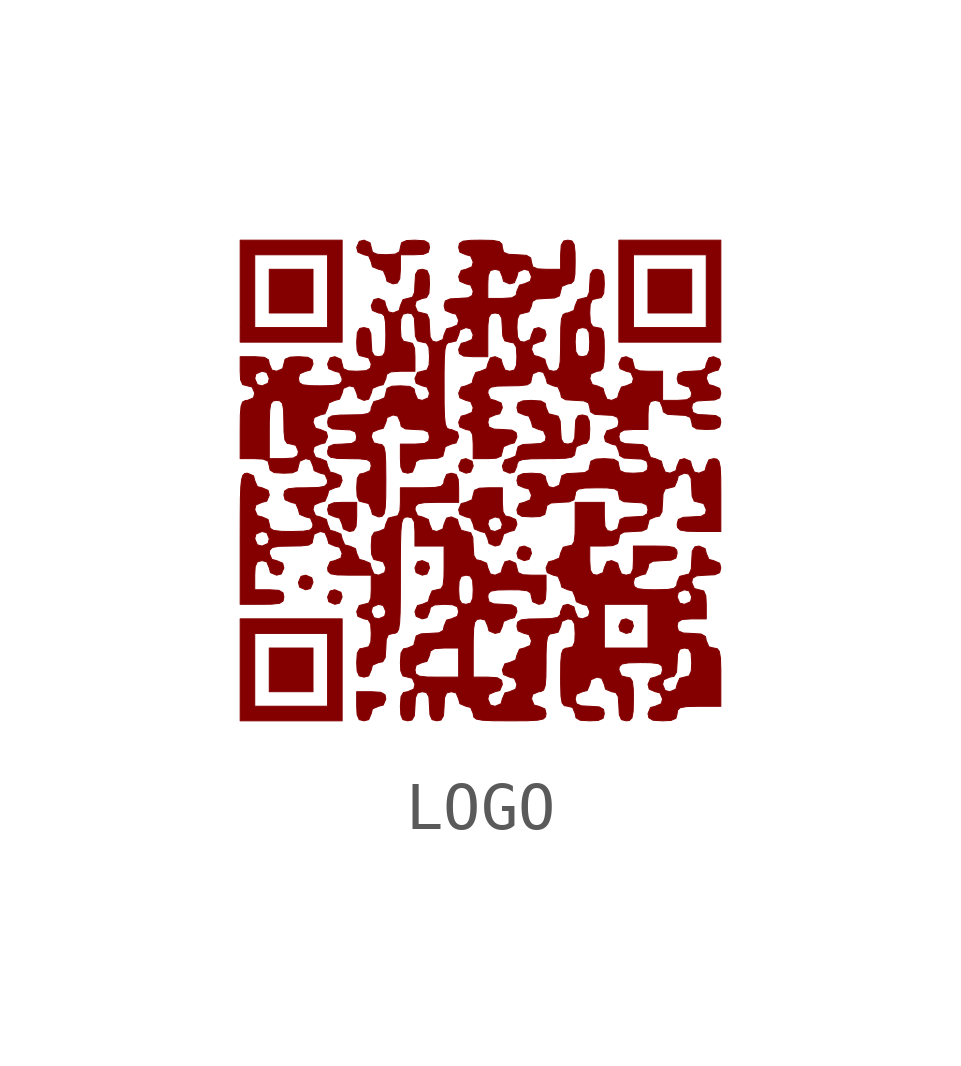
<source format=kicad_sym>
(kicad_symbol_lib
  (version 20220914)
  (generator bitmap2component)
  (symbol "LOGO"
    (pin_names
      (offset 1.016))
    (property "Reference" "#G"
      (at 0 4.369 0)
      (effects (font (size 1.27 1.27)) hide))
    (symbol "LOGO_0_0"
      (polyline (pts (xy -2.881 -3.943) (xy -2.881 -2.881) (xy -3.943 -2.881) (xy -5.004 -2.881) (xy -5.004 -3.943) (xy -5.004 -4.701) (xy -4.701 -4.701) (xy -4.701 -3.943) (xy -4.701 -3.184) (xy -3.943 -3.184) (xy -3.184 -3.184) (xy -3.184 -3.943) (xy -3.184 -4.701) (xy -3.943 -4.701) (xy -4.701 -4.701) (xy -5.004 -4.701) (xy -5.004 -5.004) (xy -3.943 -5.004) (xy -2.881 -5.004) (xy -2.881 -3.943)) (stroke (width 0.01) (type default)) (fill (type outline)))
      (polyline (pts (xy -2.328 -4.979) (xy -2.275 -4.853) (xy -2.25 -4.755) (xy -2.123 -4.701) (xy -2.025 -4.676) (xy -1.971 -4.549) (xy -1.988 -4.462) (xy -2.076 -4.41) (xy -2.275 -4.398) (xy -2.578 -4.398) (xy -2.578 -4.701) (xy -2.569 -4.876) (xy -2.525 -4.979) (xy -2.426 -5.004) (xy -2.328 -4.979)) (stroke (width 0.01) (type default)) (fill (type outline)))
      (polyline (pts (xy 0.979 -5.002) (xy 1.189 -4.991) (xy 1.305 -4.966) (xy 1.354 -4.922) (xy 1.365 -4.853) (xy 1.34 -4.755) (xy 1.213 -4.701) (xy 1.115 -4.676) (xy 1.062 -4.549) (xy 1.086 -4.451) (xy 1.213 -4.398) (xy 1.253 -4.395) (xy 1.313 -4.365) (xy 1.347 -4.274) (xy 1.362 -4.093) (xy 1.365 -3.791) (xy 1.365 -3.631) (xy 1.373 -3.39) (xy 1.396 -3.256) (xy 1.441 -3.197) (xy 1.516 -3.184) (xy 1.615 -3.16) (xy 1.668 -3.033) (xy 1.693 -2.935) (xy 1.82 -2.881) (xy 1.907 -2.898) (xy 1.959 -2.986) (xy 1.971 -3.184) (xy 1.963 -3.36) (xy 1.919 -3.462) (xy 1.82 -3.488) (xy 2.578 -3.488) (xy 2.578 -3.033) (xy 2.578 -2.578) (xy 3.033 -2.578) (xy 3.488 -2.578) (xy 3.488 -3.033) (xy 3.488 -3.488) (xy 3.033 -3.488) (xy 2.578 -3.488) (xy 1.82 -3.488) (xy 1.78 -3.49) (xy 1.72 -3.521) (xy 1.686 -3.611) (xy 1.671 -3.792) (xy 1.668 -4.094) (xy 1.669 -4.254) (xy 1.676 -4.495) (xy 1.699 -4.63) (xy 1.744 -4.688) (xy 1.82 -4.701) (xy 1.918 -4.726) (xy 1.971 -4.853) (xy 1.988 -4.94) (xy 2.076 -4.992) (xy 2.275 -5.004) (xy 2.45 -4.996) (xy 2.553 -4.952) (xy 2.578 -4.853) (xy 2.561 -4.765) (xy 2.473 -4.714) (xy 2.275 -4.701) (xy 2.1 -4.692) (xy 1.997 -4.649) (xy 1.971 -4.549) (xy 1.996 -4.451) (xy 2.123 -4.398) (xy 2.221 -4.373) (xy 2.275 -4.246) (xy 2.3 -4.148) (xy 2.426 -4.094) (xy 2.524 -4.119) (xy 2.578 -4.246) (xy 2.603 -4.344) (xy 2.73 -4.398) (xy 2.817 -4.415) (xy 2.869 -4.503) (xy 2.881 -4.701) (xy 2.89 -4.876) (xy 2.934 -4.979) (xy 3.033 -5.004) (xy 3.1 -4.996) (xy 3.155 -4.941) (xy 3.179 -4.803) (xy 3.184 -4.549) (xy 3.182 -4.348) (xy 3.163 -4.184) (xy 3.118 -4.111) (xy 3.033 -4.094) (xy 2.935 -4.069) (xy 2.881 -3.943) (xy 2.89 -3.876) (xy 2.945 -3.821) (xy 3.082 -3.797) (xy 3.336 -3.791) (xy 3.538 -3.794) (xy 3.702 -3.812) (xy 3.775 -3.858) (xy 3.791 -3.943) (xy 3.766 -4.041) (xy 3.639 -4.094) (xy 3.541 -4.119) (xy 3.488 -4.246) (xy 3.791 -4.246) (xy 3.816 -4.148) (xy 3.943 -4.094) (xy 4.03 -4.077) (xy 4.082 -3.99) (xy 4.094 -3.791) (xy 4.103 -3.616) (xy 4.147 -3.513) (xy 4.246 -3.488) (xy 4.333 -3.505) (xy 4.385 -3.593) (xy 4.398 -3.791) (xy 4.389 -3.966) (xy 4.345 -4.069) (xy 4.246 -4.094) (xy 4.148 -4.119) (xy 4.094 -4.246) (xy 4.069 -4.344) (xy 3.943 -4.398) (xy 3.845 -4.373) (xy 3.791 -4.246) (xy 3.488 -4.246) (xy 3.513 -4.344) (xy 3.639 -4.398) (xy 3.737 -4.423) (xy 3.791 -4.549) (xy 3.766 -4.647) (xy 3.639 -4.701) (xy 3.541 -4.726) (xy 3.488 -4.853) (xy 3.505 -4.94) (xy 3.593 -4.992) (xy 3.791 -5.004) (xy 3.966 -4.996) (xy 4.069 -4.952) (xy 4.094 -4.853) (xy 4.103 -4.785) (xy 4.158 -4.731) (xy 4.295 -4.707) (xy 4.549 -4.701) (xy 5.004 -4.701) (xy 5.004 -4.094) (xy 5.004 -3.934) (xy 4.996 -3.693) (xy 4.973 -3.559) (xy 4.928 -3.501) (xy 4.853 -3.488) (xy 4.755 -3.463) (xy 4.701 -3.336) (xy 4.684 -3.249) (xy 4.596 -3.197) (xy 4.398 -3.184) (xy 4.223 -3.176) (xy 4.12 -3.132) (xy 4.094 -3.033) (xy 4.112 -2.945) (xy 4.199 -2.894) (xy 4.398 -2.881) (xy 4.701 -2.881) (xy 4.701 -2.578) (xy 4.692 -2.403) (xy 4.649 -2.3) (xy 4.549 -2.275) (xy 4.451 -2.25) (xy 4.398 -2.123) (xy 4.415 -2.035) (xy 4.503 -1.984) (xy 4.701 -1.971) (xy 4.876 -1.963) (xy 4.979 -1.919) (xy 5.004 -1.82) (xy 4.979 -1.722) (xy 4.853 -1.668) (xy 4.755 -1.643) (xy 4.701 -1.516) (xy 4.676 -1.418) (xy 4.549 -1.365) (xy 4.462 -1.382) (xy 4.41 -1.47) (xy 4.398 -1.668) (xy 4.389 -1.843) (xy 4.345 -1.946) (xy 4.246 -1.971) (xy 4.148 -1.996) (xy 4.094 -2.123) (xy 4.086 -2.19) (xy 4.031 -2.245) (xy 3.893 -2.269) (xy 3.639 -2.275) (xy 3.438 -2.272) (xy 3.274 -2.253) (xy 3.201 -2.208) (xy 3.184 -2.123) (xy 3.209 -2.025) (xy 3.336 -1.971) (xy 3.434 -1.946) (xy 3.488 -1.82) (xy 3.505 -1.732) (xy 3.593 -1.681) (xy 3.791 -1.668) (xy 3.966 -1.659) (xy 4.069 -1.616) (xy 4.094 -1.516) (xy 4.086 -1.449) (xy 4.031 -1.395) (xy 3.893 -1.37) (xy 3.639 -1.365) (xy 3.184 -1.365) (xy 3.184 -1.668) (xy 3.176 -1.843) (xy 3.132 -1.946) (xy 3.033 -1.971) (xy 2.935 -1.946) (xy 2.881 -1.82) (xy 2.856 -1.722) (xy 2.73 -1.668) (xy 2.632 -1.693) (xy 2.578 -1.82) (xy 2.553 -1.918) (xy 2.426 -1.971) (xy 2.339 -1.954) (xy 2.287 -1.867) (xy 2.275 -1.668) (xy 2.275 -1.365) (xy 2.578 -1.365) (xy 2.753 -1.356) (xy 2.856 -1.312) (xy 2.881 -1.213) (xy 2.898 -1.126) (xy 2.986 -1.074) (xy 3.184 -1.062) (xy 3.36 -1.053) (xy 3.462 -1.009) (xy 3.488 -0.91) (xy 3.513 -0.812) (xy 3.639 -0.758) (xy 3.727 -0.741) (xy 3.778 -0.653) (xy 3.791 -0.455) (xy 3.8 -0.28) (xy 3.844 -0.177) (xy 3.943 -0.152) (xy 4.041 -0.127) (xy 4.094 0) (xy 4.119 0.098) (xy 4.246 0.152) (xy 4.333 0.134) (xy 4.385 0.047) (xy 4.398 -0.152) (xy 4.406 -0.327) (xy 4.45 -0.429) (xy 4.549 -0.455) (xy 4.647 -0.48) (xy 4.701 -0.607) (xy 4.684 -0.694) (xy 4.596 -0.746) (xy 4.398 -0.758) (xy 4.223 -0.767) (xy 4.12 -0.811) (xy 4.094 -0.91) (xy 4.103 -0.977) (xy 4.158 -1.032) (xy 4.295 -1.056) (xy 4.549 -1.062) (xy 5.004 -1.062) (xy 5.004 -0.303) (xy 5.004 -0.263) (xy 5.002 0.069) (xy 4.991 0.279) (xy 4.966 0.395) (xy 4.922 0.445) (xy 4.853 0.455) (xy 4.755 0.43) (xy 4.701 0.303) (xy 4.676 0.205) (xy 4.549 0.152) (xy 4.451 0.176) (xy 4.398 0.303) (xy 4.373 0.401) (xy 4.246 0.455) (xy 4.148 0.43) (xy 4.094 0.303) (xy 4.069 0.205) (xy 3.943 0.152) (xy 3.845 0.176) (xy 3.791 0.303) (xy 3.766 0.401) (xy 3.639 0.455) (xy 3.541 0.48) (xy 3.488 0.607) (xy 3.471 0.694) (xy 3.383 0.746) (xy 3.184 0.758) (xy 3.01 0.767) (xy 2.907 0.811) (xy 2.881 0.91) (xy 2.898 0.997) (xy 2.986 1.049) (xy 3.184 1.062) (xy 3.488 1.062) (xy 3.488 1.365) (xy 3.496 1.54) (xy 3.54 1.643) (xy 3.639 1.668) (xy 3.737 1.643) (xy 3.791 1.516) (xy 3.808 1.429) (xy 3.896 1.377) (xy 4.094 1.365) (xy 4.269 1.356) (xy 4.372 1.312) (xy 4.398 1.213) (xy 4.415 1.126) (xy 4.503 1.074) (xy 4.701 1.062) (xy 4.876 1.07) (xy 4.979 1.114) (xy 5.004 1.213) (xy 4.987 1.301) (xy 4.899 1.352) (xy 4.701 1.365) (xy 4.526 1.373) (xy 4.423 1.417) (xy 4.398 1.516) (xy 4.415 1.604) (xy 4.503 1.655) (xy 4.701 1.668) (xy 4.876 1.677) (xy 4.979 1.72) (xy 5.004 1.82) (xy 4.979 1.918) (xy 4.853 1.971) (xy 4.755 1.996) (xy 4.701 2.123) (xy 4.726 2.221) (xy 4.853 2.275) (xy 4.951 2.3) (xy 5.004 2.426) (xy 4.979 2.524) (xy 4.853 2.578) (xy 4.755 2.553) (xy 4.701 2.426) (xy 4.684 2.339) (xy 4.596 2.287) (xy 4.398 2.275) (xy 4.223 2.266) (xy 4.12 2.222) (xy 4.094 2.123) (xy 4.119 2.025) (xy 4.246 1.971) (xy 4.344 1.946) (xy 4.398 1.82) (xy 4.38 1.732) (xy 4.293 1.681) (xy 4.094 1.668) (xy 3.791 1.668) (xy 3.791 1.971) (xy 3.791 2.275) (xy 3.488 2.275) (xy 3.313 2.283) (xy 3.21 2.327) (xy 3.184 2.426) (xy 3.16 2.524) (xy 3.033 2.578) (xy 2.935 2.553) (xy 2.881 2.426) (xy 2.906 2.328) (xy 3.033 2.275) (xy 3.131 2.25) (xy 3.184 2.123) (xy 3.16 2.025) (xy 3.033 1.971) (xy 2.935 1.946) (xy 2.881 1.82) (xy 2.856 1.722) (xy 2.73 1.668) (xy 2.632 1.693) (xy 2.578 1.82) (xy 2.553 1.918) (xy 2.426 1.971) (xy 2.328 1.996) (xy 2.275 2.123) (xy 2.3 2.221) (xy 2.426 2.275) (xy 2.494 2.283) (xy 2.548 2.338) (xy 2.572 2.475) (xy 2.578 2.729) (xy 2.575 2.931) (xy 2.557 3.095) (xy 2.511 3.168) (xy 2.426 3.184) (xy 2.339 3.202) (xy 2.287 3.289) (xy 2.275 3.488) (xy 2.283 3.663) (xy 2.327 3.766) (xy 2.426 3.791) (xy 2.514 3.808) (xy 2.565 3.896) (xy 2.578 4.094) (xy 2.569 4.269) (xy 2.526 4.372) (xy 2.426 4.398) (xy 2.339 4.38) (xy 2.287 4.293) (xy 2.275 4.094) (xy 2.266 3.919) (xy 2.222 3.816) (xy 2.123 3.791) (xy 2.025 3.766) (xy 1.971 3.639) (xy 1.946 3.541) (xy 1.82 3.488) (xy 1.78 3.486) (xy 1.72 3.455) (xy 1.686 3.365) (xy 1.671 3.183) (xy 1.668 2.881) (xy 1.971 2.881) (xy 1.98 3.056) (xy 2.024 3.159) (xy 2.123 3.184) (xy 2.211 3.167) (xy 2.262 3.08) (xy 2.275 2.881) (xy 2.266 2.706) (xy 2.222 2.603) (xy 2.123 2.578) (xy 2.035 2.595) (xy 1.984 2.683) (xy 1.971 2.881) (xy 1.668 2.881) (xy 1.667 2.721) (xy 1.66 2.48) (xy 1.637 2.346) (xy 1.592 2.287) (xy 1.516 2.275) (xy 1.418 2.3) (xy 1.365 2.426) (xy 1.34 2.524) (xy 1.213 2.578) (xy 1.115 2.603) (xy 1.062 2.729) (xy 1.086 2.828) (xy 1.213 2.881) (xy 1.311 2.906) (xy 1.365 3.033) (xy 1.34 3.131) (xy 1.213 3.184) (xy 1.115 3.159) (xy 1.062 3.033) (xy 1.037 2.935) (xy 0.91 2.881) (xy 0.822 2.898) (xy 0.771 2.986) (xy 0.758 3.184) (xy 0.767 3.36) (xy 0.811 3.462) (xy 0.91 3.488) (xy 1.008 3.513) (xy 1.062 3.639) (xy 1.079 3.727) (xy 1.166 3.778) (xy 1.365 3.791) (xy 1.54 3.8) (xy 1.643 3.843) (xy 1.668 3.943) (xy 1.693 4.041) (xy 1.82 4.094) (xy 1.887 4.103) (xy 1.942 4.158) (xy 1.966 4.295) (xy 1.971 4.549) (xy 1.969 4.751) (xy 1.95 4.915) (xy 1.904 4.988) (xy 1.82 5.004) (xy 1.732 4.987) (xy 1.681 4.899) (xy 1.668 4.701) (xy 1.668 4.398) (xy 1.365 4.398) (xy 1.19 4.406) (xy 1.087 4.45) (xy 1.062 4.549) (xy 1.044 4.637) (xy 0.957 4.688) (xy 0.758 4.701) (xy 0.583 4.71) (xy 0.48 4.753) (xy 0.455 4.853) (xy 0.447 4.92) (xy 0.391 4.974) (xy 0.254 4.999) (xy 0 5.004) (xy -0.202 5.001) (xy -0.365 4.983) (xy -0.438 4.937) (xy -0.455 4.853) (xy -0.43 4.755) (xy -0.303 4.701) (xy -0.205 4.676) (xy -0.152 4.549) (xy -0.176 4.451) (xy -0.303 4.398) (xy -0.401 4.373) (xy -0.455 4.246) (xy -0.43 4.148) (xy -0.303 4.094) (xy -0.205 4.069) (xy -0.152 3.943) (xy -0.169 3.855) (xy -0.257 3.804) (xy -0.455 3.791) (xy 0.152 3.791) (xy 0.152 4.094) (xy 0.16 4.269) (xy 0.204 4.372) (xy 0.303 4.398) (xy 0.401 4.373) (xy 0.455 4.246) (xy 0.48 4.148) (xy 0.607 4.094) (xy 0.705 4.119) (xy 0.758 4.246) (xy 0.783 4.344) (xy 0.91 4.398) (xy 1.008 4.373) (xy 1.062 4.246) (xy 1.037 4.148) (xy 0.91 4.094) (xy 0.812 4.069) (xy 0.758 3.943) (xy 0.741 3.855) (xy 0.653 3.804) (xy 0.455 3.791) (xy 0.152 3.791) (xy -0.455 3.791) (xy -0.63 3.782) (xy -0.733 3.739) (xy -0.758 3.639) (xy -0.733 3.541) (xy -0.607 3.488) (xy -0.508 3.463) (xy -0.455 3.336) (xy -0.48 3.238) (xy -0.607 3.184) (xy -0.705 3.159) (xy -0.758 3.033) (xy -0.783 2.935) (xy -0.91 2.881) (xy -0.997 2.898) (xy -1.049 2.986) (xy -1.062 3.184) (xy -1.07 3.36) (xy -1.114 3.462) (xy -1.213 3.488) (xy -1.311 3.513) (xy -1.365 3.639) (xy -1.34 3.737) (xy -1.213 3.791) (xy -1.126 3.808) (xy -1.074 3.896) (xy -1.062 4.094) (xy -1.07 4.269) (xy -1.114 4.372) (xy -1.213 4.398) (xy -1.301 4.38) (xy -1.352 4.293) (xy -1.365 4.094) (xy -1.373 3.919) (xy -1.417 3.816) (xy -1.516 3.791) (xy -1.614 3.766) (xy -1.668 3.639) (xy -1.693 3.541) (xy -1.82 3.488) (xy -1.918 3.513) (xy -1.971 3.639) (xy -1.996 3.737) (xy -2.123 3.791) (xy -2.221 3.766) (xy -2.275 3.639) (xy -2.25 3.541) (xy -2.123 3.488) (xy -2.056 3.479) (xy -2.001 3.424) (xy -1.977 3.287) (xy -1.971 3.033) (xy -1.974 2.831) (xy -1.992 2.667) (xy -2.038 2.595) (xy -2.123 2.578) (xy -2.211 2.595) (xy -2.262 2.683) (xy -2.275 2.881) (xy -2.283 3.056) (xy -2.327 3.159) (xy -2.426 3.184) (xy -2.514 3.167) (xy -2.565 3.08) (xy -2.578 2.881) (xy -2.569 2.706) (xy -2.525 2.603) (xy -2.426 2.578) (xy -2.328 2.553) (xy -2.275 2.426) (xy -2.292 2.339) (xy -2.38 2.287) (xy -2.578 2.275) (xy -2.753 2.283) (xy -2.856 2.327) (xy -2.881 2.426) (xy -2.906 2.524) (xy -3.033 2.578) (xy -3.131 2.553) (xy -3.184 2.426) (xy -3.159 2.328) (xy -3.033 2.275) (xy -2.935 2.25) (xy -2.881 2.123) (xy -2.889 2.056) (xy -2.945 2.001) (xy -3.082 1.977) (xy -3.336 1.971) (xy -3.538 1.974) (xy -3.701 1.992) (xy -3.774 2.038) (xy -3.791 2.123) (xy -3.766 2.221) (xy -3.639 2.275) (xy -3.541 2.3) (xy -3.488 2.426) (xy -3.505 2.514) (xy -3.593 2.565) (xy -3.791 2.578) (xy -3.966 2.569) (xy -4.069 2.525) (xy -4.094 2.426) (xy -4.119 2.328) (xy -4.246 2.275) (xy -4.344 2.3) (xy -4.398 2.426) (xy -4.415 2.514) (xy -4.502 2.565) (xy -4.701 2.578) (xy -5.004 2.578) (xy -5.004 2.275) (xy -4.997 2.123) (xy -4.701 2.123) (xy -4.676 2.221) (xy -4.549 2.275) (xy -4.451 2.25) (xy -4.398 2.123) (xy -4.423 2.025) (xy -4.549 1.971) (xy -4.647 1.996) (xy -4.701 2.123) (xy -4.997 2.123) (xy -4.996 2.099) (xy -4.952 1.997) (xy -4.853 1.971) (xy -4.755 1.946) (xy -4.701 1.82) (xy -4.726 1.722) (xy -4.853 1.668) (xy -4.893 1.666) (xy -4.953 1.635) (xy -4.986 1.545) (xy -5.001 1.364) (xy -5.004 1.062) (xy -5.004 0.455) (xy -4.701 0.455) (xy -4.398 0.455) (xy -4.398 1.062) (xy -4.397 1.221) (xy -4.389 1.462) (xy -4.367 1.597) (xy -4.322 1.655) (xy -4.246 1.668) (xy -4.179 1.66) (xy -4.124 1.605) (xy -4.1 1.467) (xy -4.094 1.213) (xy -3.488 1.213) (xy -3.463 1.311) (xy -3.336 1.365) (xy -3.238 1.39) (xy -3.184 1.516) (xy -3.159 1.614) (xy -3.033 1.668) (xy -2.935 1.693) (xy -2.881 1.82) (xy -2.856 1.918) (xy -2.729 1.971) (xy -2.631 1.946) (xy -2.578 1.82) (xy -2.553 1.722) (xy -2.426 1.668) (xy -2.328 1.693) (xy -2.275 1.82) (xy -2.25 1.918) (xy -2.123 1.971) (xy -2.025 1.996) (xy -1.971 2.123) (xy -1.954 2.211) (xy -1.866 2.262) (xy -1.668 2.275) (xy -1.365 2.275) (xy -1.365 2.578) (xy -1.373 2.753) (xy -1.417 2.856) (xy -1.516 2.881) (xy -1.604 2.898) (xy -1.655 2.986) (xy -1.668 3.184) (xy -1.659 3.36) (xy -1.616 3.462) (xy -1.516 3.488) (xy -1.429 3.471) (xy -1.377 3.383) (xy -1.365 3.184) (xy -1.356 3.009) (xy -1.312 2.907) (xy -1.213 2.881) (xy -1.126 2.864) (xy -1.074 2.776) (xy -1.062 2.578) (xy -1.07 2.403) (xy -1.114 2.3) (xy -1.213 2.275) (xy -1.311 2.25) (xy -1.365 2.123) (xy -1.34 2.025) (xy -1.213 1.971) (xy -1.115 1.946) (xy -1.062 1.82) (xy -1.086 1.722) (xy -1.213 1.668) (xy -1.311 1.693) (xy -1.365 1.82) (xy -1.382 1.907) (xy -1.47 1.959) (xy -1.668 1.971) (xy -1.843 1.963) (xy -1.946 1.919) (xy -1.971 1.82) (xy -1.996 1.722) (xy -2.123 1.668) (xy -2.221 1.643) (xy -2.275 1.516) (xy -2.283 1.449) (xy -2.338 1.395) (xy -2.475 1.37) (xy -2.729 1.365) (xy -2.931 1.362) (xy -3.095 1.344) (xy -3.168 1.298) (xy -3.184 1.213) (xy -3.167 1.126) (xy -3.08 1.074) (xy -2.881 1.062) (xy -2.706 1.053) (xy -2.603 1.009) (xy -2.578 0.91) (xy -2.595 0.822) (xy -2.683 0.771) (xy -2.881 0.758) (xy -3.056 0.75) (xy -3.159 0.706) (xy -3.184 0.607) (xy -3.176 0.539) (xy -3.121 0.485) (xy -2.984 0.46) (xy -2.729 0.455) (xy -2.528 0.452) (xy -2.364 0.434) (xy -2.291 0.388) (xy -2.275 0.303) (xy -2.3 0.205) (xy -2.426 0.152) (xy -2.514 0.134) (xy -2.565 0.047) (xy -2.578 -0.152) (xy -2.569 -0.327) (xy -2.525 -0.429) (xy -2.426 -0.455) (xy -2.328 -0.48) (xy -2.275 -0.607) (xy -2.25 -0.705) (xy -2.123 -0.758) (xy -2.115 -0.758) (xy -2.049 -0.745) (xy -2.006 -0.69) (xy -1.983 -0.566) (xy -1.973 -0.345) (xy -1.971 0) (xy -1.971 0.041) (xy -1.974 0.372) (xy -1.985 0.582) (xy -2.01 0.698) (xy -2.054 0.748) (xy -2.123 0.758) (xy -2.221 0.783) (xy -2.275 0.91) (xy -2.25 1.008) (xy -2.123 1.062) (xy -2.025 1.086) (xy -1.971 1.213) (xy -1.946 1.311) (xy -1.82 1.365) (xy -1.722 1.34) (xy -1.668 1.213) (xy -1.651 1.126) (xy -1.563 1.074) (xy -1.365 1.062) (xy -1.19 1.053) (xy -1.087 1.009) (xy -1.062 0.91) (xy -1.079 0.822) (xy -1.166 0.771) (xy -1.365 0.758) (xy -1.668 0.758) (xy -1.668 0.455) (xy -1.659 0.28) (xy -1.616 0.177) (xy -1.516 0.152) (xy -1.418 0.176) (xy -1.365 0.303) (xy -1.348 0.391) (xy -1.26 0.442) (xy -1.062 0.455) (xy -0.886 0.464) (xy -0.784 0.507) (xy -0.758 0.607) (xy -0.733 0.705) (xy -0.607 0.758) (xy -0.508 0.783) (xy -0.455 0.91) (xy -0.48 1.008) (xy -0.607 1.062) (xy -0.651 1.065) (xy -0.701 1.093) (xy -0.732 1.173) (xy -0.749 1.33) (xy -0.757 1.587) (xy -0.758 1.971) (xy -0.758 2.239) (xy -0.753 2.537) (xy -0.74 2.725) (xy -0.714 2.829) (xy -0.671 2.872) (xy -0.607 2.881) (xy -0.508 2.906) (xy -0.455 3.033) (xy -0.43 3.131) (xy -0.303 3.184) (xy -0.205 3.159) (xy -0.152 3.033) (xy -0.176 2.935) (xy -0.303 2.881) (xy -0.401 2.856) (xy -0.455 2.729) (xy -0.438 2.642) (xy -0.35 2.591) (xy -0.152 2.578) (xy 0.152 2.578) (xy 0.152 3.033) (xy 0.154 3.234) (xy 0.173 3.398) (xy 0.219 3.471) (xy 0.303 3.488) (xy 0.391 3.471) (xy 0.442 3.383) (xy 0.455 3.184) (xy 0.464 3.009) (xy 0.507 2.907) (xy 0.607 2.881) (xy 0.694 2.864) (xy 0.746 2.776) (xy 0.758 2.578) (xy 0.75 2.403) (xy 0.706 2.3) (xy 0.607 2.275) (xy 0.509 2.3) (xy 0.455 2.426) (xy 0.43 2.524) (xy 0.303 2.578) (xy 0.205 2.553) (xy 0.152 2.426) (xy 0.127 2.328) (xy 0 2.275) (xy -0.098 2.25) (xy -0.152 2.123) (xy -0.176 2.025) (xy -0.303 1.971) (xy -0.401 1.946) (xy -0.455 1.82) (xy -0.43 1.722) (xy -0.303 1.668) (xy -0.205 1.643) (xy -0.152 1.516) (xy -0.176 1.418) (xy -0.303 1.365) (xy -0.401 1.34) (xy -0.455 1.213) (xy -0.43 1.115) (xy -0.303 1.062) (xy -0.216 1.044) (xy -0.164 0.957) (xy -0.152 0.758) (xy -0.152 0.455) (xy 0.152 0.455) (xy 0.327 0.464) (xy 0.429 0.507) (xy 0.455 0.607) (xy 0.48 0.705) (xy 0.607 0.758) (xy 0.705 0.783) (xy 0.758 0.91) (xy 0.741 0.997) (xy 0.653 1.049) (xy 0.455 1.062) (xy 0.28 1.07) (xy 0.177 1.114) (xy 0.152 1.213) (xy 0.177 1.311) (xy 0.303 1.365) (xy 0.401 1.39) (xy 0.455 1.516) (xy 0.43 1.614) (xy 0.303 1.668) (xy 0.205 1.693) (xy 0.152 1.82) (xy 0.16 1.887) (xy 0.215 1.942) (xy 0.352 1.966) (xy 0.607 1.971) (xy 0.808 1.974) (xy 0.972 1.992) (xy 1.045 2.038) (xy 1.062 2.123) (xy 1.086 2.221) (xy 1.213 2.275) (xy 1.311 2.25) (xy 1.365 2.123) (xy 1.39 2.025) (xy 1.516 1.971) (xy 1.615 1.946) (xy 1.668 1.82) (xy 1.685 1.732) (xy 1.773 1.681) (xy 1.971 1.668) (xy 2.146 1.659) (xy 2.249 1.616) (xy 2.275 1.516) (xy 2.292 1.429) (xy 2.38 1.377) (xy 2.578 1.365) (xy 2.753 1.356) (xy 2.856 1.312) (xy 2.881 1.213) (xy 2.856 1.115) (xy 2.73 1.062) (xy 2.632 1.036) (xy 2.578 0.91) (xy 2.603 0.812) (xy 2.73 0.758) (xy 2.828 0.733) (xy 2.881 0.607) (xy 2.898 0.519) (xy 2.986 0.468) (xy 3.184 0.455) (xy 3.36 0.446) (xy 3.462 0.403) (xy 3.488 0.303) (xy 3.471 0.216) (xy 3.383 0.164) (xy 3.184 0.152) (xy 3.01 0.16) (xy 2.907 0.204) (xy 2.881 0.303) (xy 2.864 0.391) (xy 2.776 0.442) (xy 2.578 0.455) (xy 2.403 0.446) (xy 2.3 0.403) (xy 2.275 0.303) (xy 2.257 0.216) (xy 2.17 0.164) (xy 1.971 0.152) (xy 1.796 0.143) (xy 1.694 0.099) (xy 1.668 0) (xy 1.643 -0.098) (xy 1.516 -0.152) (xy 1.418 -0.127) (xy 1.365 0) (xy 1.348 0.087) (xy 1.26 0.139) (xy 1.062 0.152) (xy 0.886 0.143) (xy 0.784 0.099) (xy 0.758 0) (xy 0.783 -0.098) (xy 0.91 -0.152) (xy 1.008 -0.177) (xy 1.062 -0.303) (xy 1.037 -0.401) (xy 0.91 -0.455) (xy 0.812 -0.48) (xy 0.758 -0.607) (xy 0.775 -0.694) (xy 0.863 -0.746) (xy 1.062 -0.758) (xy 1.237 -0.75) (xy 1.339 -0.706) (xy 1.365 -0.607) (xy 1.382 -0.519) (xy 1.47 -0.468) (xy 1.668 -0.455) (xy 1.843 -0.446) (xy 1.946 -0.403) (xy 1.971 -0.303) (xy 1.98 -0.236) (xy 2.035 -0.181) (xy 2.172 -0.157) (xy 2.426 -0.152) (xy 2.628 -0.154) (xy 2.792 -0.173) (xy 2.865 -0.219) (xy 2.881 -0.303) (xy 2.898 -0.391) (xy 2.986 -0.442) (xy 3.184 -0.455) (xy 3.36 -0.464) (xy 3.462 -0.507) (xy 3.488 -0.607) (xy 3.471 -0.694) (xy 3.383 -0.746) (xy 3.184 -0.758) (xy 3.01 -0.767) (xy 2.907 -0.811) (xy 2.881 -0.91) (xy 2.856 -1.008) (xy 2.73 -1.062) (xy 2.642 -1.044) (xy 2.591 -0.957) (xy 2.578 -0.758) (xy 2.578 -0.455) (xy 2.275 -0.455) (xy 1.971 -0.455) (xy 1.971 -0.91) (xy 1.969 -1.111) (xy 1.95 -1.275) (xy 1.904 -1.348) (xy 1.82 -1.365) (xy 1.722 -1.39) (xy 1.668 -1.516) (xy 1.643 -1.615) (xy 1.516 -1.668) (xy 1.418 -1.693) (xy 1.365 -1.82) (xy 1.39 -1.918) (xy 1.516 -1.971) (xy 1.615 -1.996) (xy 1.668 -2.123) (xy 1.693 -2.221) (xy 1.82 -2.275) (xy 1.918 -2.3) (xy 1.971 -2.426) (xy 4.094 -2.426) (xy 4.119 -2.328) (xy 4.246 -2.275) (xy 4.344 -2.3) (xy 4.398 -2.426) (xy 4.373 -2.524) (xy 4.246 -2.578) (xy 4.148 -2.553) (xy 4.094 -2.426) (xy 1.971 -2.426) (xy 1.996 -2.524) (xy 2.123 -2.578) (xy 2.221 -2.603) (xy 2.275 -2.73) (xy 2.25 -2.828) (xy 2.123 -2.881) (xy 2.025 -2.856) (xy 1.971 -2.73) (xy 1.946 -2.632) (xy 1.82 -2.578) (xy 1.722 -2.603) (xy 1.668 -2.73) (xy 1.66 -2.797) (xy 1.605 -2.851) (xy 1.467 -2.876) (xy 1.213 -2.881) (xy 1.012 -2.884) (xy 0.848 -2.902) (xy 0.775 -2.948) (xy 0.758 -3.033) (xy 0.783 -3.131) (xy 0.91 -3.184) (xy 1.008 -3.209) (xy 1.062 -3.336) (xy 1.037 -3.434) (xy 0.91 -3.488) (xy 0.812 -3.513) (xy 0.758 -3.639) (xy 0.733 -3.737) (xy 0.607 -3.791) (xy 0.509 -3.816) (xy 0.455 -3.943) (xy 0.48 -4.041) (xy 0.607 -4.094) (xy 0.705 -4.119) (xy 0.758 -4.246) (xy 0.733 -4.344) (xy 0.607 -4.398) (xy 0.509 -4.423) (xy 0.455 -4.549) (xy 0.43 -4.647) (xy 0.303 -4.701) (xy 0.205 -4.676) (xy 0.152 -4.549) (xy 0.177 -4.451) (xy 0.303 -4.398) (xy 0.401 -4.373) (xy 0.455 -4.246) (xy 0.438 -4.159) (xy 0.35 -4.107) (xy 0.152 -4.094) (xy -0.152 -4.094) (xy -0.152 -3.488) (xy -0.151 -3.328) (xy -0.143 -3.087) (xy -0.121 -2.952) (xy -0.075 -2.894) (xy 0 -2.881) (xy 0.098 -2.906) (xy 0.152 -3.033) (xy 0.177 -3.131) (xy 0.303 -3.184) (xy 0.401 -3.16) (xy 0.455 -3.033) (xy 0.48 -2.935) (xy 0.607 -2.881) (xy 0.705 -2.856) (xy 0.758 -2.73) (xy 0.741 -2.642) (xy 0.653 -2.591) (xy 0.455 -2.578) (xy 0.28 -2.569) (xy 0.177 -2.526) (xy 0.152 -2.426) (xy 0.16 -2.359) (xy 0.215 -2.304) (xy 0.352 -2.28) (xy 0.607 -2.275) (xy 0.808 -2.277) (xy 0.972 -2.296) (xy 1.045 -2.342) (xy 1.062 -2.426) (xy 1.086 -2.524) (xy 1.213 -2.578) (xy 1.301 -2.561) (xy 1.352 -2.473) (xy 1.365 -2.275) (xy 1.365 -1.971) (xy 1.062 -1.971) (xy 0.886 -1.963) (xy 0.784 -1.919) (xy 0.758 -1.82) (xy 0.733 -1.722) (xy 0.607 -1.668) (xy 0.509 -1.693) (xy 0.455 -1.82) (xy 0.43 -1.918) (xy 0.303 -1.971) (xy 0.205 -1.946) (xy 0.152 -1.82) (xy 0.127 -1.722) (xy 0 -1.668) (xy -0.087 -1.651) (xy -0.139 -1.563) (xy -0.152 -1.365) (xy -0.16 -1.19) (xy -0.204 -1.087) (xy -0.303 -1.062) (xy -0.401 -1.037) (xy -0.455 -0.91) (xy -0.48 -0.812) (xy -0.607 -0.758) (xy -0.705 -0.783) (xy -0.758 -0.91) (xy -0.783 -1.008) (xy -0.91 -1.062) (xy -1.008 -1.037) (xy -1.062 -0.91) (xy -1.086 -0.812) (xy -1.213 -0.758) (xy -1.311 -0.733) (xy -1.365 -0.607) (xy -1.356 -0.539) (xy -1.301 -0.485) (xy -1.164 -0.461) (xy -0.91 -0.455) (xy -0.455 -0.455) (xy -0.455 -0.152) (xy -0.464 0.023) (xy -0.507 0.126) (xy -0.607 0.152) (xy -0.705 0.127) (xy -0.758 0) (xy -0.766 -0.067) (xy -0.822 -0.122) (xy -0.959 -0.146) (xy -1.213 -0.152) (xy -1.668 -0.152) (xy -1.668 -0.455) (xy -1.677 -0.63) (xy -1.72 -0.733) (xy -1.82 -0.758) (xy -1.918 -0.783) (xy -1.971 -0.91) (xy -1.996 -1.008) (xy -2.123 -1.062) (xy -2.211 -1.079) (xy -2.262 -1.166) (xy -2.275 -1.365) (xy -2.266 -1.54) (xy -2.222 -1.643) (xy -2.123 -1.668) (xy -2.025 -1.693) (xy -1.971 -1.82) (xy -1.996 -1.918) (xy -2.123 -1.971) (xy -2.221 -1.946) (xy -2.275 -1.82) (xy -2.3 -1.722) (xy -2.426 -1.668) (xy -2.524 -1.643) (xy -2.578 -1.516) (xy -2.603 -1.418) (xy -2.729 -1.365) (xy -2.828 -1.34) (xy -2.881 -1.213) (xy -2.906 -1.115) (xy -3.033 -1.062) (xy -3.131 -1.037) (xy -3.184 -0.91) (xy -3.209 -0.812) (xy -3.336 -0.758) (xy -3.434 -0.733) (xy -3.488 -0.607) (xy -3.463 -0.509) (xy -3.336 -0.455) (xy -3.238 -0.43) (xy -3.184 -0.303) (xy -3.159 -0.205) (xy -3.033 -0.152) (xy -2.935 -0.127) (xy -2.881 0) (xy -2.906 0.098) (xy -3.033 0.152) (xy -3.131 0.176) (xy -3.184 0.303) (xy -3.209 0.401) (xy -3.336 0.455) (xy -3.434 0.48) (xy -3.488 0.607) (xy -3.463 0.705) (xy -3.336 0.758) (xy -3.238 0.783) (xy -3.184 0.91) (xy -3.209 1.008) (xy -3.336 1.062) (xy -3.434 1.086) (xy -3.488 1.213) (xy -4.094 1.213) (xy -4.091 1.012) (xy -4.073 0.848) (xy -4.027 0.775) (xy -3.943 0.758) (xy -3.845 0.733) (xy -3.791 0.607) (xy -3.808 0.519) (xy -3.896 0.468) (xy -4.094 0.455) (xy -4.398 0.455) (xy -4.701 0.455) (xy -4.526 0.446) (xy -4.423 0.403) (xy -4.398 0.303) (xy -4.38 0.216) (xy -4.293 0.164) (xy -4.094 0.152) (xy -3.919 0.16) (xy -3.816 0.204) (xy -3.791 0.303) (xy -3.766 0.401) (xy -3.639 0.455) (xy -3.541 0.43) (xy -3.488 0.303) (xy -3.463 0.205) (xy -3.336 0.152) (xy -3.238 0.127) (xy -3.184 0) (xy -3.193 -0.067) (xy -3.248 -0.122) (xy -3.385 -0.146) (xy -3.639 -0.152) (xy -3.841 -0.154) (xy -4.005 -0.173) (xy -4.078 -0.219) (xy -4.094 -0.303) (xy -4.069 -0.401) (xy -3.943 -0.455) (xy -3.845 -0.48) (xy -3.791 -0.607) (xy -3.766 -0.705) (xy -3.639 -0.758) (xy -3.541 -0.783) (xy -3.488 -0.91) (xy -3.496 -0.977) (xy -3.551 -1.032) (xy -3.689 -1.056) (xy -3.943 -1.062) (xy -4.144 -1.059) (xy -4.308 -1.04) (xy -4.381 -0.995) (xy -4.398 -0.91) (xy -4.423 -0.812) (xy -4.549 -0.758) (xy -4.647 -0.733) (xy -4.701 -0.607) (xy -4.676 -0.509) (xy -4.549 -0.455) (xy -4.451 -0.43) (xy -4.398 -0.303) (xy -4.423 -0.205) (xy -4.549 -0.152) (xy -4.647 -0.127) (xy -4.701 0) (xy -4.726 0.098) (xy -4.853 0.152) (xy -4.857 0.152) (xy -4.91 0.144) (xy -4.948 0.108) (xy -4.974 0.024) (xy -4.991 -0.13) (xy -5 -0.374) (xy -5.003 -0.728) (xy -5.004 -1.213) (xy -4.701 -1.213) (xy -4.676 -1.115) (xy -4.549 -1.062) (xy -4.451 -1.086) (xy -4.398 -1.213) (xy -4.423 -1.311) (xy -4.549 -1.365) (xy -4.647 -1.34) (xy -4.701 -1.213) (xy -5.004 -1.213) (xy -5.004 -2.578) (xy -4.549 -2.578) (xy -4.348 -2.575) (xy -4.184 -2.557) (xy -4.111 -2.511) (xy -4.094 -2.426) (xy -4.112 -2.339) (xy -4.199 -2.287) (xy -4.398 -2.275) (xy -4.701 -2.275) (xy -4.701 -1.971) (xy -4.692 -1.796) (xy -4.648 -1.694) (xy -4.549 -1.668) (xy -4.451 -1.693) (xy -4.398 -1.82) (xy -4.373 -1.918) (xy -4.246 -1.971) (xy -4.148 -1.946) (xy -4.094 -1.82) (xy -4.119 -1.722) (xy -4.246 -1.668) (xy -4.344 -1.643) (xy -4.398 -1.516) (xy -4.389 -1.449) (xy -4.334 -1.395) (xy -4.197 -1.37) (xy -3.943 -1.365) (xy -3.741 -1.362) (xy -3.577 -1.344) (xy -3.504 -1.298) (xy -3.488 -1.213) (xy -3.463 -1.115) (xy -3.336 -1.062) (xy -3.238 -1.086) (xy -3.184 -1.213) (xy -3.159 -1.311) (xy -3.033 -1.365) (xy -2.935 -1.39) (xy -2.881 -1.516) (xy -2.906 -1.615) (xy -3.033 -1.668) (xy -3.131 -1.693) (xy -3.184 -1.82) (xy -3.176 -1.887) (xy -3.121 -1.942) (xy -2.984 -1.966) (xy -2.729 -1.971) (xy -2.275 -1.971) (xy -2.275 -2.275) (xy -2.283 -2.45) (xy -2.327 -2.553) (xy -2.426 -2.578) (xy -2.524 -2.603) (xy -2.578 -2.73) (xy -2.275 -2.73) (xy -2.25 -2.632) (xy -2.123 -2.578) (xy -2.025 -2.603) (xy -1.971 -2.73) (xy -1.996 -2.828) (xy -2.123 -2.881) (xy -2.221 -2.856) (xy -2.275 -2.73) (xy -2.578 -2.73) (xy -2.553 -2.828) (xy -2.426 -2.881) (xy -2.339 -2.898) (xy -2.287 -2.986) (xy -2.275 -3.184) (xy -2.283 -3.36) (xy -2.327 -3.462) (xy -2.426 -3.488) (xy -2.514 -3.505) (xy -2.565 -3.593) (xy -2.578 -3.791) (xy -2.569 -3.966) (xy -2.525 -4.069) (xy -2.426 -4.094) (xy -2.328 -4.069) (xy -2.275 -3.943) (xy -2.25 -3.845) (xy -2.123 -3.791) (xy -2.035 -3.774) (xy -1.984 -3.686) (xy -1.971 -3.488) (xy -1.963 -3.313) (xy -1.919 -3.21) (xy -1.82 -3.184) (xy -1.782 -3.182) (xy -1.736 -3.159) (xy -1.704 -3.094) (xy -1.684 -2.965) (xy -1.673 -2.749) (xy -1.669 -2.425) (xy -1.668 -1.971) (xy -1.668 -1.668) (xy -1.665 -1.299) (xy -1.657 -1.046) (xy -1.641 -0.887) (xy -1.614 -0.801) (xy -1.573 -0.765) (xy -1.516 -0.758) (xy -1.429 -0.775) (xy -1.377 -0.863) (xy -1.365 -1.062) (xy -1.365 -1.365) (xy -1.062 -1.365) (xy -0.758 -1.365) (xy -0.758 -1.82) (xy -0.761 -2.021) (xy -0.779 -2.185) (xy -0.825 -2.258) (xy -0.91 -2.275) (xy -0.455 -2.275) (xy -0.446 -2.1) (xy -0.403 -1.997) (xy -0.303 -1.971) (xy -0.216 -1.988) (xy -0.164 -2.076) (xy -0.152 -2.275) (xy -0.16 -2.45) (xy -0.204 -2.553) (xy -0.303 -2.578) (xy -0.391 -2.561) (xy -0.442 -2.473) (xy -0.455 -2.275) (xy -0.91 -2.275) (xy -1.008 -2.3) (xy -1.062 -2.426) (xy -1.086 -2.524) (xy -1.213 -2.578) (xy -1.311 -2.603) (xy -1.365 -2.73) (xy -1.34 -2.828) (xy -1.213 -2.881) (xy -1.115 -2.856) (xy -1.062 -2.73) (xy -1.044 -2.642) (xy -0.957 -2.591) (xy -0.758 -2.578) (xy -0.583 -2.587) (xy -0.48 -2.63) (xy -0.455 -2.73) (xy -0.48 -2.828) (xy -0.607 -2.881) (xy -0.705 -2.906) (xy -0.758 -3.033) (xy -0.775 -3.12) (xy -0.863 -3.172) (xy -1.062 -3.184) (xy -1.236 -3.193) (xy -1.339 -3.237) (xy -1.365 -3.336) (xy -1.39 -3.434) (xy -1.516 -3.488) (xy -1.604 -3.505) (xy -1.655 -3.593) (xy -1.668 -3.791) (xy -1.661 -3.943) (xy -1.365 -3.943) (xy -1.34 -3.845) (xy -1.213 -3.791) (xy -1.115 -3.766) (xy -1.062 -3.639) (xy -1.044 -3.552) (xy -0.957 -3.501) (xy -0.758 -3.488) (xy -0.455 -3.488) (xy -0.455 -3.791) (xy -0.455 -4.094) (xy -0.91 -4.094) (xy -1.111 -4.092) (xy -1.275 -4.073) (xy -1.348 -4.027) (xy -1.365 -3.943) (xy -1.661 -3.943) (xy -1.659 -3.966) (xy -1.616 -4.069) (xy -1.516 -4.094) (xy -1.418 -4.119) (xy -1.365 -4.246) (xy -1.39 -4.344) (xy -1.516 -4.398) (xy -1.604 -4.415) (xy -1.655 -4.503) (xy -1.668 -4.701) (xy -1.659 -4.876) (xy -1.616 -4.979) (xy -1.516 -5.004) (xy -1.429 -4.987) (xy -1.377 -4.899) (xy -1.365 -4.701) (xy -1.356 -4.526) (xy -1.312 -4.423) (xy -1.213 -4.398) (xy -1.126 -4.415) (xy -1.074 -4.503) (xy -1.062 -4.701) (xy -1.053 -4.876) (xy -1.009 -4.979) (xy -0.91 -5.004) (xy -0.822 -4.987) (xy -0.771 -4.899) (xy -0.758 -4.701) (xy -0.75 -4.526) (xy -0.706 -4.423) (xy -0.607 -4.398) (xy -0.508 -4.423) (xy -0.455 -4.549) (xy -0.43 -4.647) (xy -0.303 -4.701) (xy -0.205 -4.726) (xy -0.152 -4.853) (xy -0.152 -4.861) (xy -0.139 -4.927) (xy -0.084 -4.969) (xy 0.041 -4.992) (xy 0.262 -5.002) (xy 0.607 -5.004) (xy 0.647 -5.004) (xy 0.979 -5.002)) (stroke (width 0.01) (type default)) (fill (type outline)))
      (polyline (pts (xy -2.935 -2.553) (xy -2.881 -2.426) (xy -2.906 -2.328) (xy -3.033 -2.275) (xy -3.131 -2.3) (xy -3.184 -2.426) (xy -3.159 -2.524) (xy -3.033 -2.578) (xy -2.935 -2.553)) (stroke (width 0.01) (type default)) (fill (type outline)))
      (polyline (pts (xy -3.541 -2.25) (xy -3.488 -2.123) (xy -3.513 -2.025) (xy -3.639 -1.971) (xy -3.737 -1.996) (xy -3.791 -2.123) (xy -3.766 -2.221) (xy -3.639 -2.275) (xy -3.541 -2.25)) (stroke (width 0.01) (type default)) (fill (type outline)))
      (polyline (pts (xy -1.115 -1.946) (xy -1.062 -1.82) (xy -1.086 -1.722) (xy -1.213 -1.668) (xy -1.311 -1.693) (xy -1.365 -1.82) (xy -1.34 -1.918) (xy -1.213 -1.971) (xy -1.115 -1.946)) (stroke (width 0.01) (type default)) (fill (type outline)))
      (polyline (pts (xy -2.881 3.943) (xy -2.881 5.004) (xy -3.943 5.004) (xy -5.004 5.004) (xy -5.004 3.943) (xy -5.004 3.184) (xy -4.701 3.184) (xy -4.701 3.943) (xy -4.701 4.701) (xy -3.943 4.701) (xy -3.184 4.701) (xy -3.184 3.943) (xy -3.184 3.184) (xy -3.943 3.184) (xy -4.701 3.184) (xy -5.004 3.184) (xy -5.004 2.881) (xy -3.943 2.881) (xy -2.881 2.881) (xy -2.881 3.943)) (stroke (width 0.01) (type default)) (fill (type outline)))
      (polyline (pts (xy 5.004 3.943) (xy 5.004 5.004) (xy 3.943 5.004) (xy 2.881 5.004) (xy 2.881 3.943) (xy 2.881 3.184) (xy 3.184 3.184) (xy 3.184 3.943) (xy 3.184 4.701) (xy 3.943 4.701) (xy 4.701 4.701) (xy 4.701 3.943) (xy 4.701 3.184) (xy 3.943 3.184) (xy 3.184 3.184) (xy 2.881 3.184) (xy 2.881 2.881) (xy 3.943 2.881) (xy 5.004 2.881) (xy 5.004 3.943)) (stroke (width 0.01) (type default)) (fill (type outline)))
      (polyline (pts (xy -1.732 4.112) (xy -1.681 4.199) (xy -1.668 4.398) (xy -1.668 4.701) (xy -1.365 4.701) (xy -1.19 4.71) (xy -1.087 4.753) (xy -1.062 4.853) (xy -1.079 4.94) (xy -1.166 4.991) (xy -1.365 5.004) (xy -1.54 4.996) (xy -1.643 4.952) (xy -1.668 4.853) (xy -1.685 4.765) (xy -1.773 4.714) (xy -1.971 4.701) (xy -2.146 4.71) (xy -2.249 4.753) (xy -2.275 4.853) (xy -2.3 4.95) (xy -2.426 5.004) (xy -2.524 4.979) (xy -2.578 4.853) (xy -2.553 4.755) (xy -2.426 4.701) (xy -2.328 4.676) (xy -2.275 4.549) (xy -2.25 4.451) (xy -2.123 4.398) (xy -2.025 4.373) (xy -1.971 4.246) (xy -1.946 4.148) (xy -1.82 4.094) (xy -1.732 4.112)) (stroke (width 0.01) (type default)) (fill (type outline)))
      (polyline (pts (xy -3.488 -3.943) (xy -3.488 -3.488) (xy -3.943 -3.488) (xy -4.398 -3.488) (xy -4.398 -3.943) (xy -4.398 -4.398) (xy -3.943 -4.398) (xy -3.488 -4.398) (xy -3.488 -3.943)) (stroke (width 0.01) (type default)) (fill (type outline)))
      (polyline (pts (xy 1.008 -1.643) (xy 1.062 -1.516) (xy 1.037 -1.418) (xy 0.91 -1.365) (xy 0.812 -1.39) (xy 0.758 -1.516) (xy 0.783 -1.615) (xy 0.91 -1.668) (xy 1.008 -1.643)) (stroke (width 0.01) (type default)) (fill (type outline)))
      (polyline (pts (xy 0.401 -1.34) (xy 0.455 -1.213) (xy 0.48 -1.115) (xy 0.607 -1.062) (xy 0.705 -1.037) (xy 0.758 -0.91) (xy 0.733 -0.812) (xy 0.607 -0.758) (xy 0.519 -0.741) (xy 0.468 -0.653) (xy 0.455 -0.455) (xy 0.455 -0.152) (xy 0.152 -0.152) (xy -0.023 -0.16) (xy -0.126 -0.204) (xy -0.152 -0.303) (xy -0.176 -0.401) (xy -0.303 -0.455) (xy -0.401 -0.48) (xy -0.455 -0.607) (xy -0.43 -0.705) (xy -0.303 -0.758) (xy -0.205 -0.783) (xy -0.152 -0.91) (xy 0.152 -0.91) (xy 0.177 -0.812) (xy 0.303 -0.758) (xy 0.401 -0.783) (xy 0.455 -0.91) (xy 0.43 -1.008) (xy 0.303 -1.062) (xy 0.205 -1.037) (xy 0.152 -0.91) (xy -0.152 -0.91) (xy -0.127 -1.008) (xy 0 -1.062) (xy 0.098 -1.086) (xy 0.152 -1.213) (xy 0.177 -1.311) (xy 0.303 -1.365) (xy 0.401 -1.34)) (stroke (width 0.01) (type default)) (fill (type outline)))
      (polyline (pts (xy -2.642 -1.044) (xy -2.591 -0.957) (xy -2.578 -0.758) (xy -2.578 -0.455) (xy -2.881 -0.455) (xy -3.056 -0.464) (xy -3.159 -0.507) (xy -3.184 -0.607) (xy -3.159 -0.705) (xy -3.033 -0.758) (xy -2.935 -0.783) (xy -2.881 -0.91) (xy -2.856 -1.008) (xy -2.729 -1.062) (xy -2.642 -1.044)) (stroke (width 0.01) (type default)) (fill (type outline)))
      (polyline (pts (xy -0.205 0.176) (xy -0.152 0.303) (xy -0.176 0.401) (xy -0.303 0.455) (xy -0.401 0.43) (xy -0.455 0.303) (xy -0.43 0.205) (xy -0.303 0.152) (xy -0.205 0.176)) (stroke (width 0.01) (type default)) (fill (type outline)))
      (polyline (pts (xy 0.705 0.176) (xy 0.758 0.303) (xy 0.76 0.343) (xy 0.791 0.404) (xy 0.881 0.437) (xy 1.063 0.452) (xy 1.365 0.455) (xy 1.525 0.456) (xy 1.766 0.463) (xy 1.9 0.486) (xy 1.959 0.531) (xy 1.971 0.607) (xy 1.996 0.705) (xy 2.123 0.758) (xy 2.211 0.775) (xy 2.262 0.863) (xy 2.275 1.062) (xy 2.266 1.236) (xy 2.222 1.339) (xy 2.123 1.365) (xy 2.035 1.348) (xy 1.984 1.26) (xy 1.971 1.062) (xy 1.963 0.886) (xy 1.919 0.784) (xy 1.82 0.758) (xy 1.732 0.775) (xy 1.681 0.863) (xy 1.668 1.062) (xy 1.659 1.236) (xy 1.616 1.339) (xy 1.516 1.365) (xy 1.418 1.39) (xy 1.365 1.516) (xy 1.348 1.604) (xy 1.26 1.655) (xy 1.062 1.668) (xy 0.886 1.659) (xy 0.784 1.616) (xy 0.758 1.516) (xy 0.783 1.418) (xy 0.91 1.365) (xy 1.008 1.34) (xy 1.062 1.213) (xy 1.086 1.115) (xy 1.213 1.062) (xy 1.311 1.036) (xy 1.365 0.91) (xy 1.348 0.822) (xy 1.26 0.771) (xy 1.062 0.758) (xy 0.886 0.75) (xy 0.784 0.706) (xy 0.758 0.607) (xy 0.733 0.508) (xy 0.607 0.455) (xy 0.509 0.43) (xy 0.455 0.303) (xy 0.48 0.205) (xy 0.607 0.152) (xy 0.705 0.176)) (stroke (width 0.01) (type default)) (fill (type outline)))
      (polyline (pts (xy 3.131 -3.16) (xy 3.184 -3.033) (xy 3.16 -2.935) (xy 3.033 -2.881) (xy 2.935 -2.906) (xy 2.881 -3.033) (xy 2.906 -3.131) (xy 3.033 -3.184) (xy 3.131 -3.16)) (stroke (width 0.01) (type default)) (fill (type outline)))
      (polyline (pts (xy -3.488 3.943) (xy -3.488 4.398) (xy -3.943 4.398) (xy -4.398 4.398) (xy -4.398 3.943) (xy -4.398 3.488) (xy -3.943 3.488) (xy -3.488 3.488) (xy -3.488 3.943)) (stroke (width 0.01) (type default)) (fill (type outline)))
      (polyline (pts (xy 4.398 3.943) (xy 4.398 4.398) (xy 3.943 4.398) (xy 3.488 4.398) (xy 3.488 3.943) (xy 3.488 3.488) (xy 3.943 3.488) (xy 4.398 3.488) (xy 4.398 3.943)) (stroke (width 0.01) (type default)) (fill (type outline))))))
</source>
